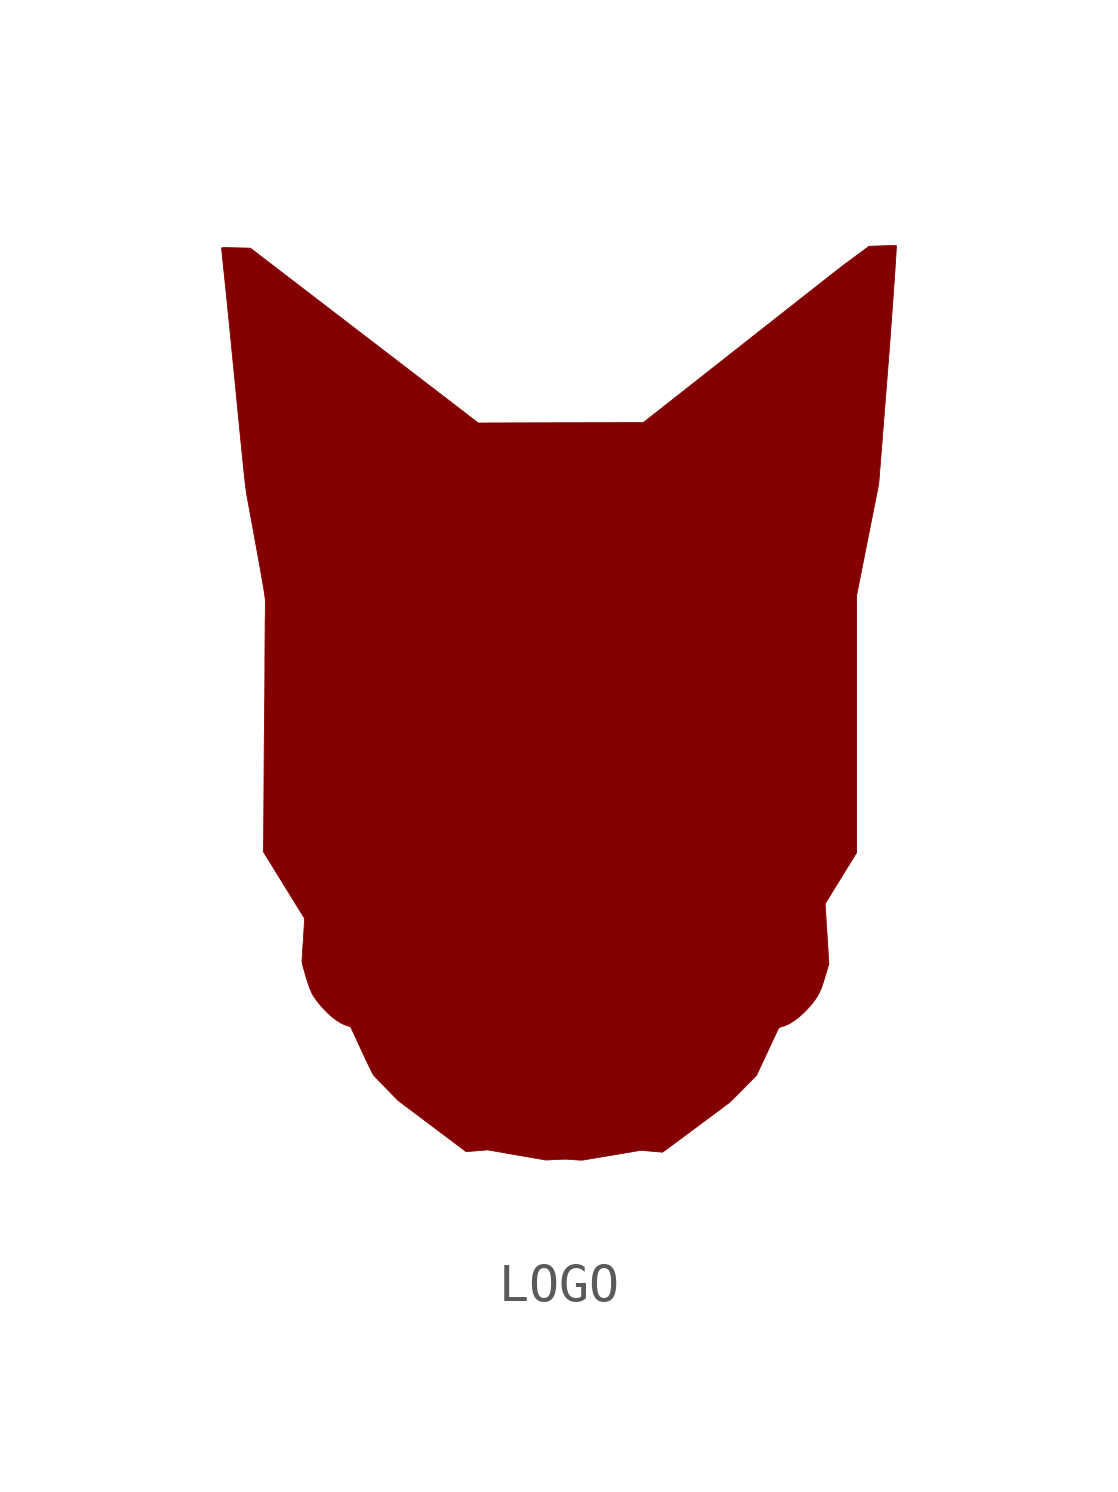
<source format=kicad_sym>
(kicad_symbol_lib
  (version 20210619)
  (generator bitmap2component)
  (symbol "LOGO"
    (pin_names
      (offset 1.016))
    (property "Reference" "#G"
      (at 0 11.861 0)
      (effects (font (size 1.27 1.27)) hide))
    (symbol "LOGO_0_0"
      (polyline (pts (xy 0.641 -11.793) (xy 0.665 -11.789) (xy 0.748 -11.775) (xy 0.845 -11.759) (xy 0.952 -11.741) (xy 1.068 -11.722) (xy 1.188 -11.701) (xy 1.31 -11.681) (xy 1.43 -11.661) (xy 1.546 -11.641) (xy 1.654 -11.623) (xy 1.75 -11.607) (xy 1.833 -11.593) (xy 1.898 -11.582) (xy 1.942 -11.574) (xy 2.142 -11.54) (xy 2.426 -11.564) (xy 2.71 -11.588) (xy 2.766 -11.548) (xy 2.768 -11.546) (xy 2.791 -11.53) (xy 2.83 -11.501) (xy 2.884 -11.461) (xy 2.952 -11.411) (xy 3.031 -11.352) (xy 3.121 -11.285) (xy 3.218 -11.213) (xy 3.321 -11.136) (xy 3.43 -11.056) (xy 3.54 -10.973) (xy 3.652 -10.89) (xy 3.763 -10.807) (xy 3.871 -10.727) (xy 3.975 -10.65) (xy 4.072 -10.577) (xy 4.162 -10.51) (xy 4.241 -10.451) (xy 4.309 -10.4) (xy 4.364 -10.359) (xy 4.403 -10.33) (xy 4.425 -10.313) (xy 4.427 -10.311) (xy 4.451 -10.29) (xy 4.489 -10.255) (xy 4.539 -10.207) (xy 4.598 -10.148) (xy 4.665 -10.082) (xy 4.737 -10.009) (xy 4.812 -9.933) (xy 5.141 -9.598) (xy 5.414 -9.013) (xy 5.439 -8.96) (xy 5.49 -8.851) (xy 5.538 -8.748) (xy 5.582 -8.655) (xy 5.62 -8.572) (xy 5.653 -8.502) (xy 5.678 -8.448) (xy 5.696 -8.411) (xy 5.704 -8.394) (xy 5.71 -8.383) (xy 5.727 -8.366) (xy 5.754 -8.352) (xy 5.799 -8.339) (xy 5.863 -8.32) (xy 5.986 -8.265) (xy 6.113 -8.187) (xy 6.245 -8.086) (xy 6.38 -7.961) (xy 6.412 -7.929) (xy 6.528 -7.805) (xy 6.625 -7.686) (xy 6.705 -7.569) (xy 6.77 -7.451) (xy 6.823 -7.328) (xy 6.827 -7.316) (xy 6.842 -7.273) (xy 6.861 -7.214) (xy 6.883 -7.143) (xy 6.907 -7.064) (xy 6.932 -6.983) (xy 7.012 -6.715) (xy 6.98 -6.206) (xy 6.979 -6.191) (xy 6.971 -6.069) (xy 6.964 -5.944) (xy 6.956 -5.821) (xy 6.948 -5.703) (xy 6.941 -5.595) (xy 6.936 -5.502) (xy 6.931 -5.429) (xy 6.914 -5.161) (xy 7.321 -4.501) (xy 7.728 -3.84) (xy 7.728 -0.515) (xy 7.728 2.81) (xy 8.014 4.253) (xy 8.301 5.697) (xy 8.35 6.314) (xy 8.351 6.33) (xy 8.359 6.429) (xy 8.368 6.549) (xy 8.379 6.688) (xy 8.392 6.843) (xy 8.405 7.012) (xy 8.419 7.192) (xy 8.434 7.382) (xy 8.45 7.578) (xy 8.465 7.778) (xy 8.481 7.981) (xy 8.497 8.182) (xy 8.513 8.381) (xy 8.517 8.433) (xy 8.533 8.638) (xy 8.549 8.847) (xy 8.565 9.059) (xy 8.582 9.273) (xy 8.598 9.487) (xy 8.613 9.7) (xy 8.629 9.911) (xy 8.644 10.118) (xy 8.658 10.319) (xy 8.672 10.515) (xy 8.685 10.702) (xy 8.698 10.88) (xy 8.709 11.048) (xy 8.72 11.204) (xy 8.729 11.347) (xy 8.737 11.476) (xy 8.744 11.588) (xy 8.75 11.683) (xy 8.754 11.76) (xy 8.757 11.817) (xy 8.758 11.853) (xy 8.757 11.866) (xy 8.756 11.866) (xy 8.737 11.867) (xy 8.698 11.867) (xy 8.642 11.866) (xy 8.571 11.864) (xy 8.49 11.862) (xy 8.401 11.859) (xy 8.05 11.848) (xy 7.82 11.677) (xy 7.8 11.662) (xy 7.723 11.605) (xy 7.644 11.547) (xy 7.568 11.491) (xy 7.502 11.441) (xy 7.449 11.402) (xy 7.448 11.401) (xy 7.423 11.383) (xy 7.396 11.362) (xy 7.364 11.338) (xy 7.329 11.31) (xy 7.287 11.278) (xy 7.239 11.241) (xy 7.183 11.198) (xy 7.119 11.148) (xy 7.045 11.09) (xy 6.96 11.024) (xy 6.864 10.948) (xy 6.755 10.862) (xy 6.632 10.766) (xy 6.495 10.658) (xy 6.341 10.537) (xy 6.171 10.403) (xy 5.983 10.255) (xy 5.902 10.191) (xy 5.782 10.097) (xy 5.65 9.993) (xy 5.51 9.882) (xy 5.364 9.768) (xy 5.217 9.652) (xy 5.072 9.538) (xy 4.933 9.429) (xy 4.804 9.327) (xy 4.781 9.309) (xy 4.662 9.215) (xy 4.541 9.12) (xy 4.421 9.026) (xy 4.305 8.934) (xy 4.196 8.848) (xy 4.095 8.769) (xy 4.005 8.698) (xy 3.929 8.639) (xy 3.87 8.592) (xy 3.772 8.514) (xy 3.575 8.36) (xy 3.39 8.214) (xy 3.218 8.078) (xy 3.058 7.953) (xy 2.913 7.838) (xy 2.781 7.735) (xy 2.666 7.644) (xy 2.567 7.566) (xy 2.484 7.502) (xy 2.42 7.452) (xy 2.211 7.287) (xy 0.075 7.282) (xy -2.06 7.276) (xy -2.429 7.56) (xy -2.437 7.566) (xy -2.523 7.632) (xy -2.624 7.709) (xy -2.736 7.796) (xy -2.856 7.888) (xy -2.981 7.983) (xy -3.105 8.079) (xy -3.227 8.173) (xy -3.343 8.261) (xy -3.461 8.352) (xy -3.597 8.456) (xy -3.742 8.568) (xy -3.893 8.684) (xy -4.045 8.8) (xy -4.192 8.913) (xy -4.331 9.02) (xy -4.457 9.116) (xy -4.511 9.158) (xy -4.626 9.246) (xy -4.742 9.335) (xy -4.857 9.423) (xy -4.968 9.508) (xy -5.071 9.587) (xy -5.164 9.659) (xy -5.244 9.72) (xy -5.308 9.769) (xy -5.36 9.809) (xy -5.459 9.885) (xy -5.565 9.966) (xy -5.673 10.049) (xy -5.775 10.127) (xy -5.865 10.196) (xy -5.917 10.236) (xy -6.004 10.303) (xy -6.102 10.379) (xy -6.208 10.459) (xy -6.315 10.542) (xy -6.42 10.622) (xy -6.518 10.697) (xy -6.519 10.698) (xy -6.609 10.767) (xy -6.699 10.836) (xy -6.785 10.902) (xy -6.864 10.963) (xy -6.934 11.017) (xy -6.992 11.061) (xy -7.033 11.093) (xy -7.038 11.097) (xy -7.082 11.13) (xy -7.141 11.175) (xy -7.212 11.23) (xy -7.293 11.292) (xy -7.381 11.359) (xy -7.471 11.429) (xy -7.562 11.499) (xy -7.954 11.799) (xy -8.326 11.808) (xy -8.391 11.809) (xy -8.482 11.812) (xy -8.553 11.813) (xy -8.606 11.813) (xy -8.645 11.813) (xy -8.671 11.811) (xy -8.687 11.809) (xy -8.695 11.805) (xy -8.698 11.799) (xy -8.698 11.792) (xy -8.697 11.781) (xy -8.694 11.748) (xy -8.689 11.694) (xy -8.682 11.622) (xy -8.673 11.533) (xy -8.662 11.43) (xy -8.65 11.315) (xy -8.637 11.189) (xy -8.623 11.054) (xy -8.608 10.913) (xy -8.607 10.901) (xy -8.596 10.793) (xy -8.582 10.664) (xy -8.567 10.515) (xy -8.55 10.347) (xy -8.532 10.164) (xy -8.512 9.966) (xy -8.491 9.755) (xy -8.469 9.535) (xy -8.446 9.305) (xy -8.423 9.068) (xy -8.399 8.827) (xy -8.375 8.582) (xy -8.35 8.336) (xy -8.326 8.091) (xy -8.303 7.848) (xy -8.292 7.736) (xy -8.264 7.451) (xy -8.238 7.19) (xy -8.215 6.951) (xy -8.193 6.732) (xy -8.173 6.534) (xy -8.155 6.355) (xy -8.139 6.195) (xy -8.124 6.052) (xy -8.111 5.926) (xy -8.099 5.816) (xy -8.088 5.721) (xy -8.079 5.641) (xy -8.07 5.574) (xy -8.063 5.52) (xy -8.057 5.477) (xy -8.052 5.446) (xy -7.999 5.154) (xy -7.948 4.878) (xy -7.901 4.624) (xy -7.859 4.39) (xy -7.82 4.176) (xy -7.784 3.981) (xy -7.752 3.803) (xy -7.723 3.643) (xy -7.697 3.499) (xy -7.674 3.37) (xy -7.654 3.255) (xy -7.636 3.153) (xy -7.621 3.063) (xy -7.608 2.985) (xy -7.597 2.917) (xy -7.588 2.859) (xy -7.581 2.808) (xy -7.575 2.766) (xy -7.571 2.73) (xy -7.568 2.7) (xy -7.566 2.674) (xy -7.565 2.652) (xy -7.565 2.633) (xy -7.565 2.615) (xy -7.566 2.599) (xy -7.567 2.555) (xy -7.567 2.49) (xy -7.568 2.405) (xy -7.569 2.302) (xy -7.571 2.183) (xy -7.572 2.05) (xy -7.573 1.903) (xy -7.574 1.745) (xy -7.575 1.577) (xy -7.576 1.401) (xy -7.577 1.218) (xy -7.578 1.03) (xy -7.578 0.9) (xy -7.579 0.716) (xy -7.58 0.538) (xy -7.581 0.369) (xy -7.582 0.209) (xy -7.584 0.059) (xy -7.585 -0.077) (xy -7.586 -0.199) (xy -7.587 -0.305) (xy -7.588 -0.394) (xy -7.589 -0.464) (xy -7.589 -0.513) (xy -7.59 -0.539) (xy -7.591 -0.557) (xy -7.591 -0.6) (xy -7.592 -0.665) (xy -7.593 -0.749) (xy -7.594 -0.851) (xy -7.595 -0.969) (xy -7.596 -1.102) (xy -7.597 -1.248) (xy -7.598 -1.406) (xy -7.599 -1.574) (xy -7.6 -1.75) (xy -7.601 -1.933) (xy -7.602 -2.121) (xy -7.603 -2.262) (xy -7.604 -2.446) (xy -7.605 -2.624) (xy -7.606 -2.794) (xy -7.607 -2.954) (xy -7.608 -3.103) (xy -7.609 -3.239) (xy -7.61 -3.361) (xy -7.611 -3.467) (xy -7.612 -3.555) (xy -7.613 -3.625) (xy -7.614 -3.673) (xy -7.615 -3.699) (xy -7.621 -3.81) (xy -7.312 -4.31) (xy -7.281 -4.361) (xy -7.207 -4.481) (xy -7.129 -4.608) (xy -7.05 -4.736) (xy -6.972 -4.861) (xy -6.899 -4.979) (xy -6.834 -5.085) (xy -6.778 -5.176) (xy -6.551 -5.541) (xy -6.559 -5.679) (xy -6.56 -5.694) (xy -6.563 -5.752) (xy -6.567 -5.825) (xy -6.572 -5.91) (xy -6.578 -6.003) (xy -6.584 -6.101) (xy -6.591 -6.2) (xy -6.597 -6.297) (xy -6.603 -6.388) (xy -6.608 -6.469) (xy -6.612 -6.537) (xy -6.616 -6.588) (xy -6.618 -6.62) (xy -6.619 -6.631) (xy -6.618 -6.657) (xy -6.613 -6.691) (xy -6.603 -6.735) (xy -6.589 -6.793) (xy -6.568 -6.867) (xy -6.541 -6.961) (xy -6.51 -7.068) (xy -6.475 -7.181) (xy -6.443 -7.277) (xy -6.413 -7.358) (xy -6.383 -7.428) (xy -6.353 -7.491) (xy -6.32 -7.548) (xy -6.283 -7.604) (xy -6.242 -7.661) (xy -6.19 -7.729) (xy -6.079 -7.859) (xy -5.965 -7.976) (xy -5.85 -8.08) (xy -5.736 -8.169) (xy -5.624 -8.24) (xy -5.517 -8.293) (xy -5.418 -8.325) (xy -5.403 -8.329) (xy -5.375 -8.336) (xy -5.363 -8.341) (xy -5.36 -8.346) (xy -5.349 -8.37) (xy -5.329 -8.414) (xy -5.301 -8.473) (xy -5.266 -8.547) (xy -5.226 -8.634) (xy -5.181 -8.731) (xy -5.132 -8.837) (xy -5.08 -8.95) (xy -5.072 -8.969) (xy -5.013 -9.095) (xy -4.959 -9.21) (xy -4.91 -9.313) (xy -4.866 -9.404) (xy -4.829 -9.479) (xy -4.799 -9.537) (xy -4.777 -9.577) (xy -4.765 -9.597) (xy -4.753 -9.61) (xy -4.724 -9.641) (xy -4.683 -9.684) (xy -4.631 -9.739) (xy -4.57 -9.801) (xy -4.504 -9.87) (xy -4.434 -9.942) (xy -4.139 -10.246) (xy -3.256 -10.91) (xy -2.373 -11.574) (xy -2.094 -11.552) (xy -1.815 -11.529) (xy -1.06 -11.661) (xy -0.305 -11.792) (xy -0.06 -11.778) (xy -0.056 -11.778) (xy 0.025 -11.774) (xy 0.104 -11.771) (xy 0.176 -11.77) (xy 0.235 -11.77) (xy 0.276 -11.772) (xy 0.297 -11.774) (xy 0.358 -11.778) (xy 0.426 -11.784) (xy 0.491 -11.788) (xy 0.529 -11.791) (xy 0.58 -11.793) (xy 0.619 -11.794) (xy 0.641 -11.793)) (stroke (width 0.01)) (fill (type outline))))))
</source>
